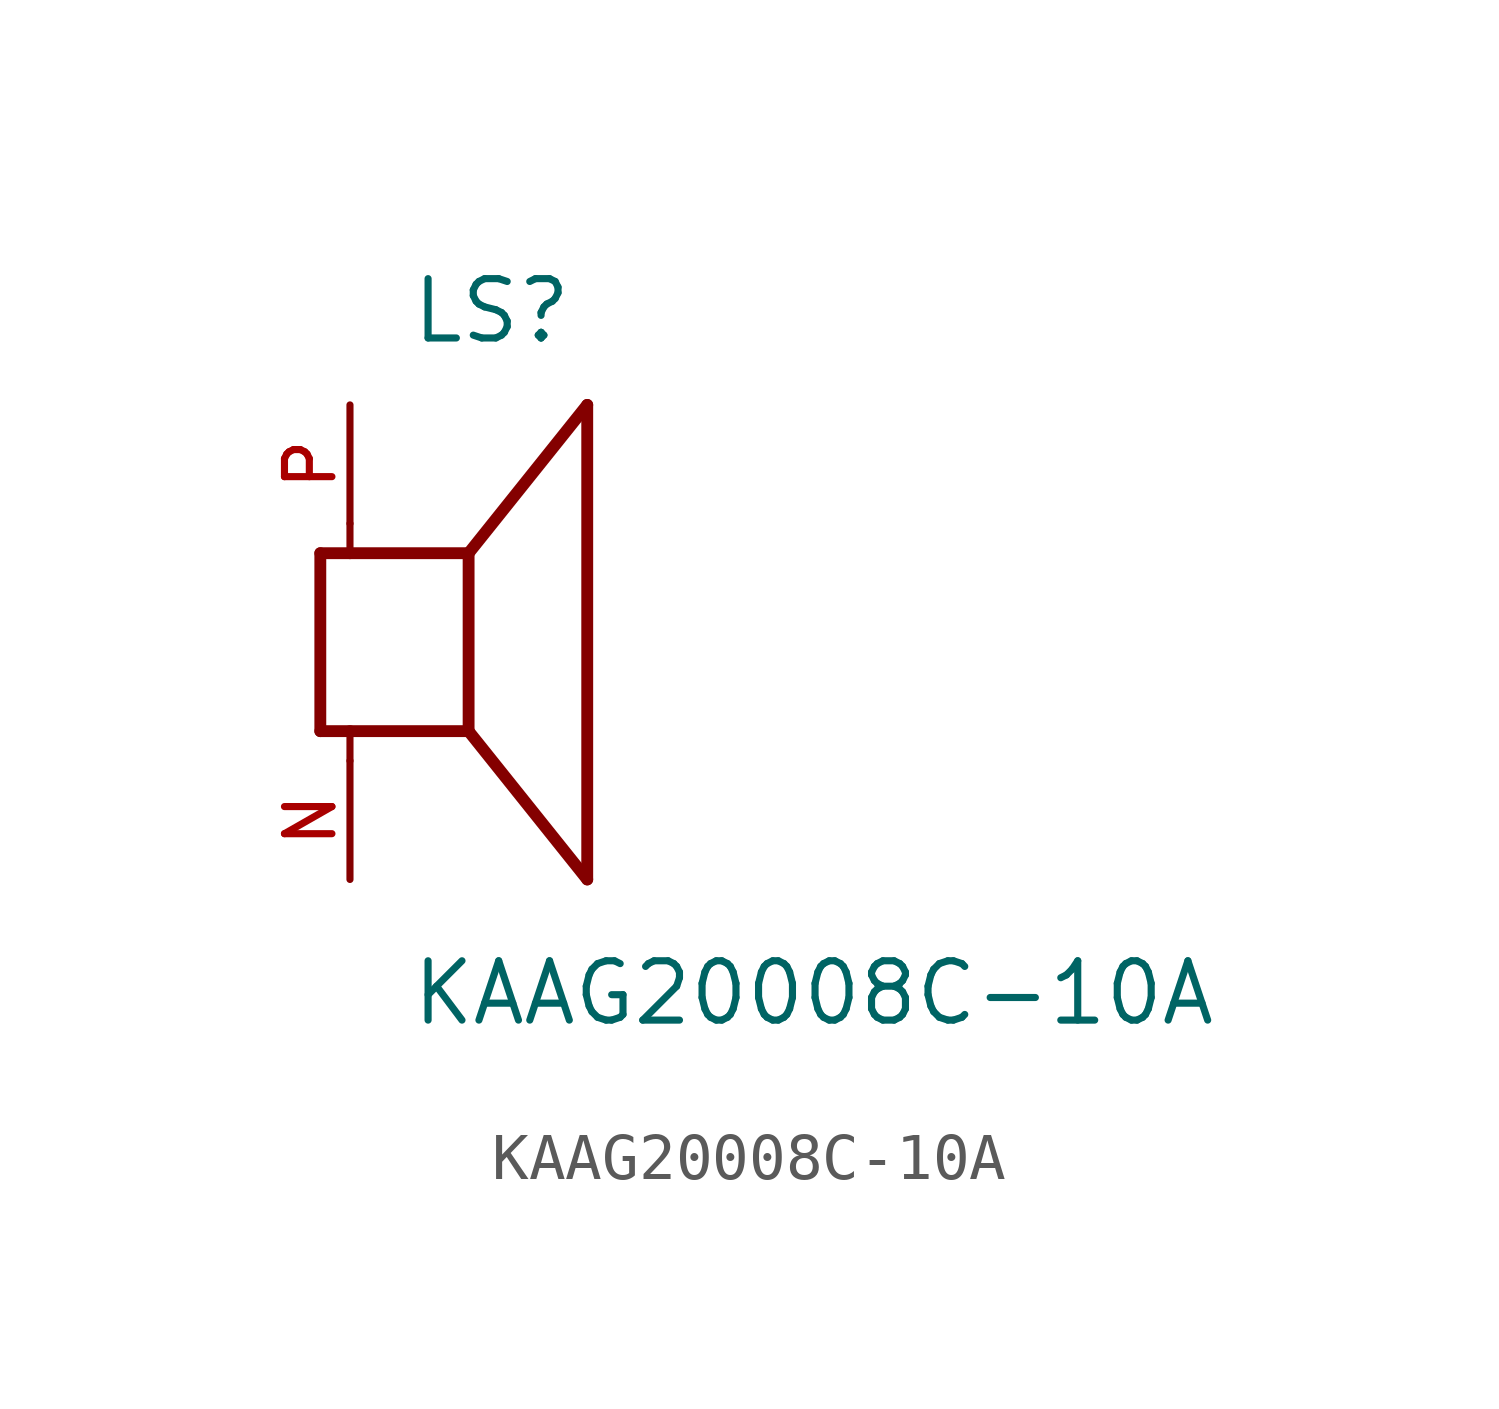
<source format=kicad_sym>
(kicad_symbol_lib
  (version 20211014)
  (generator kicad_symbol_editor)
  (symbol "KAAG20008C-10A"
    (pin_names
      (offset 1.016))
    (property "Reference" "LS"
      (at -1.27 6.35 0)
      (effects (font (size 1.27 1.27)) (justify bottom left)))
    (property "Value" "KAAG20008C-10A"
      (at -1.27 -8.255 0)
      (effects (font (size 1.27 1.27)) (justify bottom left)))
    (symbol "KAAG20008C-10A_0_0"
      (polyline (pts (xy -3.175 1.905) (xy -3.175 -1.905)) (stroke (width 0.254)))
      (polyline (pts (xy -3.175 -1.905) (xy -2.54 -1.905)) (stroke (width 0.254)))
      (polyline (pts (xy 0.0 -1.905) (xy 0.0 1.905)) (stroke (width 0.254)))
      (polyline (pts (xy -3.175 1.905) (xy -2.54 1.905)) (stroke (width 0.254)))
      (polyline (pts (xy 0.0 -1.905) (xy 2.54 -5.08)) (stroke (width 0.254)))
      (polyline (pts (xy 2.54 -5.08) (xy 2.54 5.08)) (stroke (width 0.254)))
      (polyline (pts (xy 0.0 1.905) (xy 2.54 5.08)) (stroke (width 0.254)))
      (polyline (pts (xy -2.54 -2.54) (xy -2.54 -1.905)) (stroke (width 0.152)))
      (polyline (pts (xy -2.54 -1.905) (xy 0.0 -1.905)) (stroke (width 0.254)))
      (polyline (pts (xy -2.54 2.54) (xy -2.54 1.905)) (stroke (width 0.152)))
      (polyline (pts (xy -2.54 1.905) (xy 0.0 1.905)) (stroke (width 0.254)))
      (pin passive line (at -2.54 -5.08 90.0) (length 2.54) (name "~" (effects (font (size 1.016 1.016)))) (number "N" (effects (font (size 1.016 1.016)))))
      (pin passive line (at -2.54 5.08 270.0) (length 2.54) (name "~" (effects (font (size 1.016 1.016)))) (number "P" (effects (font (size 1.016 1.016))))))))
</source>
